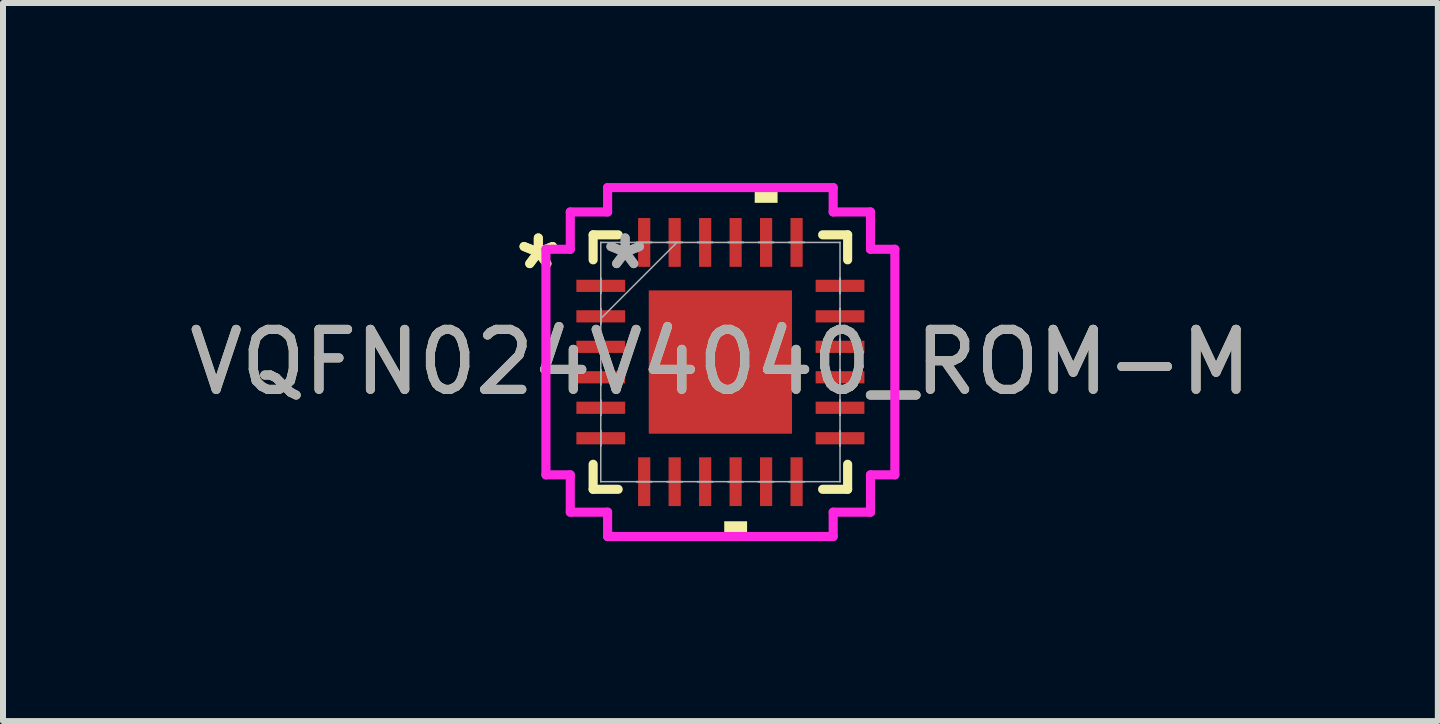
<source format=kicad_pcb>
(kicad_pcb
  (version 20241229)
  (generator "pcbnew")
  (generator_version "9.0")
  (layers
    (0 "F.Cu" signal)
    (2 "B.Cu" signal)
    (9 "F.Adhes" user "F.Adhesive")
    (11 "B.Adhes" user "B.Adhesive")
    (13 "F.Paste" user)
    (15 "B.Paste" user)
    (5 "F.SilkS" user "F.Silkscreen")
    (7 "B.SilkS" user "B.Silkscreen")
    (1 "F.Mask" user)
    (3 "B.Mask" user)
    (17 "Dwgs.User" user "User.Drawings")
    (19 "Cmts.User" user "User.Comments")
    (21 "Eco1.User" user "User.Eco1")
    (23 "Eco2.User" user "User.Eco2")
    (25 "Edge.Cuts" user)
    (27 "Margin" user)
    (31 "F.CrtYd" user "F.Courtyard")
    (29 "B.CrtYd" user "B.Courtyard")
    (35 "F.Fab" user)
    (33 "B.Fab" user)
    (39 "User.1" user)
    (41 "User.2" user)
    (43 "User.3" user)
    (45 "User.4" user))
  (footprint "VQFN024V4040_ROM-M"
    (layer "F.Cu")
    (at 8.958 2.985)
    (property "Reference" "VQFN024V4040_ROM-M" (at 0 0 0) (unlocked yes) (layer "F.SilkS") (effects (font (size 1 1) (thickness 0.15))))
    (attr smd)
    (fp_line (start -2.121 -2.121) (end -2.121 -1.704) (stroke (width 0.152) (type solid)) (layer "F.SilkS"))
    (fp_line (start -2.121 1.704) (end -2.121 2.121) (stroke (width 0.152) (type solid)) (layer "F.SilkS"))
    (fp_line (start -2.121 2.121) (end -1.704 2.121) (stroke (width 0.152) (type solid)) (layer "F.SilkS"))
    (fp_line (start -1.704 -2.121) (end -2.121 -2.121) (stroke (width 0.152) (type solid)) (layer "F.SilkS"))
    (fp_line (start 1.704 2.121) (end 2.121 2.121) (stroke (width 0.152) (type solid)) (layer "F.SilkS"))
    (fp_line (start 2.121 -2.121) (end 1.704 -2.121) (stroke (width 0.152) (type solid)) (layer "F.SilkS"))
    (fp_line (start 2.121 -1.704) (end 2.121 -2.121) (stroke (width 0.152) (type solid)) (layer "F.SilkS"))
    (fp_line (start 2.121 2.121) (end 2.121 1.704) (stroke (width 0.152) (type solid)) (layer "F.SilkS"))
    (fp_poly (pts (xy 0.064 2.654) (xy 0.064 2.908) (xy 0.445 2.908) (xy 0.445 2.654)) (stroke (width 0) (type solid)) (fill yes) (layer "F.SilkS"))
    (fp_poly (pts (xy 0.572 -2.654) (xy 0.572 -2.908) (xy 0.953 -2.908) (xy 0.953 -2.654)) (stroke (width 0) (type solid)) (fill yes) (layer "F.SilkS"))
    (fp_line (start -2.908 -1.88) (end -2.502 -1.88) (stroke (width 0.152) (type solid)) (layer "F.CrtYd"))
    (fp_line (start -2.908 1.88) (end -2.908 -1.88) (stroke (width 0.152) (type solid)) (layer "F.CrtYd"))
    (fp_line (start -2.502 -2.502) (end -1.88 -2.502) (stroke (width 0.152) (type solid)) (layer "F.CrtYd"))
    (fp_line (start -2.502 -1.88) (end -2.502 -2.502) (stroke (width 0.152) (type solid)) (layer "F.CrtYd"))
    (fp_line (start -2.502 1.88) (end -2.908 1.88) (stroke (width 0.152) (type solid)) (layer "F.CrtYd"))
    (fp_line (start -2.502 2.502) (end -2.502 1.88) (stroke (width 0.152) (type solid)) (layer "F.CrtYd"))
    (fp_line (start -1.88 -2.908) (end 1.88 -2.908) (stroke (width 0.152) (type solid)) (layer "F.CrtYd"))
    (fp_line (start -1.88 -2.502) (end -1.88 -2.908) (stroke (width 0.152) (type solid)) (layer "F.CrtYd"))
    (fp_line (start -1.88 2.502) (end -2.502 2.502) (stroke (width 0.152) (type solid)) (layer "F.CrtYd"))
    (fp_line (start -1.88 2.908) (end -1.88 2.502) (stroke (width 0.152) (type solid)) (layer "F.CrtYd"))
    (fp_line (start 1.88 -2.908) (end 1.88 -2.502) (stroke (width 0.152) (type solid)) (layer "F.CrtYd"))
    (fp_line (start 1.88 -2.502) (end 2.502 -2.502) (stroke (width 0.152) (type solid)) (layer "F.CrtYd"))
    (fp_line (start 1.88 2.502) (end 1.88 2.908) (stroke (width 0.152) (type solid)) (layer "F.CrtYd"))
    (fp_line (start 1.88 2.908) (end -1.88 2.908) (stroke (width 0.152) (type solid)) (layer "F.CrtYd"))
    (fp_line (start 2.502 -2.502) (end 2.502 -1.88) (stroke (width 0.152) (type solid)) (layer "F.CrtYd"))
    (fp_line (start 2.502 -1.88) (end 2.908 -1.88) (stroke (width 0.152) (type solid)) (layer "F.CrtYd"))
    (fp_line (start 2.502 1.88) (end 2.502 2.502) (stroke (width 0.152) (type solid)) (layer "F.CrtYd"))
    (fp_line (start 2.502 2.502) (end 1.88 2.502) (stroke (width 0.152) (type solid)) (layer "F.CrtYd"))
    (fp_line (start 2.908 -1.88) (end 2.908 1.88) (stroke (width 0.152) (type solid)) (layer "F.CrtYd"))
    (fp_line (start 2.908 1.88) (end 2.502 1.88) (stroke (width 0.152) (type solid)) (layer "F.CrtYd"))
    (fp_line (start -1.994 -1.994) (end -1.994 -1.994) (stroke (width 0.025) (type solid)) (layer "F.Fab"))
    (fp_line (start -1.994 -1.994) (end -1.994 1.994) (stroke (width 0.025) (type solid)) (layer "F.Fab"))
    (fp_line (start -1.994 -1.397) (end -1.994 -1.397) (stroke (width 0.025) (type solid)) (layer "F.Fab"))
    (fp_line (start -1.994 -1.397) (end -1.994 -1.143) (stroke (width 0.025) (type solid)) (layer "F.Fab"))
    (fp_line (start -1.994 -1.143) (end -1.994 -1.397) (stroke (width 0.025) (type solid)) (layer "F.Fab"))
    (fp_line (start -1.994 -1.143) (end -1.994 -1.143) (stroke (width 0.025) (type solid)) (layer "F.Fab"))
    (fp_line (start -1.994 -0.889) (end -1.994 -0.889) (stroke (width 0.025) (type solid)) (layer "F.Fab"))
    (fp_line (start -1.994 -0.889) (end -1.994 -0.635) (stroke (width 0.025) (type solid)) (layer "F.Fab"))
    (fp_line (start -1.994 -0.724) (end -0.724 -1.994) (stroke (width 0.025) (type solid)) (layer "F.Fab"))
    (fp_line (start -1.994 -0.635) (end -1.994 -0.889) (stroke (width 0.025) (type solid)) (layer "F.Fab"))
    (fp_line (start -1.994 -0.635) (end -1.994 -0.635) (stroke (width 0.025) (type solid)) (layer "F.Fab"))
    (fp_line (start -1.994 -0.381) (end -1.994 -0.381) (stroke (width 0.025) (type solid)) (layer "F.Fab"))
    (fp_line (start -1.994 -0.381) (end -1.994 -0.127) (stroke (width 0.025) (type solid)) (layer "F.Fab"))
    (fp_line (start -1.994 -0.127) (end -1.994 -0.381) (stroke (width 0.025) (type solid)) (layer "F.Fab"))
    (fp_line (start -1.994 -0.127) (end -1.994 -0.127) (stroke (width 0.025) (type solid)) (layer "F.Fab"))
    (fp_line (start -1.994 0.127) (end -1.994 0.127) (stroke (width 0.025) (type solid)) (layer "F.Fab"))
    (fp_line (start -1.994 0.127) (end -1.994 0.381) (stroke (width 0.025) (type solid)) (layer "F.Fab"))
    (fp_line (start -1.994 0.381) (end -1.994 0.127) (stroke (width 0.025) (type solid)) (layer "F.Fab"))
    (fp_line (start -1.994 0.381) (end -1.994 0.381) (stroke (width 0.025) (type solid)) (layer "F.Fab"))
    (fp_line (start -1.994 0.635) (end -1.994 0.635) (stroke (width 0.025) (type solid)) (layer "F.Fab"))
    (fp_line (start -1.994 0.635) (end -1.994 0.889) (stroke (width 0.025) (type solid)) (layer "F.Fab"))
    (fp_line (start -1.994 0.889) (end -1.994 0.635) (stroke (width 0.025) (type solid)) (layer "F.Fab"))
    (fp_line (start -1.994 0.889) (end -1.994 0.889) (stroke (width 0.025) (type solid)) (layer "F.Fab"))
    (fp_line (start -1.994 1.143) (end -1.994 1.143) (stroke (width 0.025) (type solid)) (layer "F.Fab"))
    (fp_line (start -1.994 1.143) (end -1.994 1.397) (stroke (width 0.025) (type solid)) (layer "F.Fab"))
    (fp_line (start -1.994 1.397) (end -1.994 1.143) (stroke (width 0.025) (type solid)) (layer "F.Fab"))
    (fp_line (start -1.994 1.397) (end -1.994 1.397) (stroke (width 0.025) (type solid)) (layer "F.Fab"))
    (fp_line (start -1.994 1.994) (end -1.994 1.994) (stroke (width 0.025) (type solid)) (layer "F.Fab"))
    (fp_line (start -1.994 1.994) (end 1.994 1.994) (stroke (width 0.025) (type solid)) (layer "F.Fab"))
    (fp_line (start -1.397 -1.994) (end -1.397 -1.994) (stroke (width 0.025) (type solid)) (layer "F.Fab"))
    (fp_line (start -1.397 -1.994) (end -1.143 -1.994) (stroke (width 0.025) (type solid)) (layer "F.Fab"))
    (fp_line (start -1.397 1.994) (end -1.397 1.994) (stroke (width 0.025) (type solid)) (layer "F.Fab"))
    (fp_line (start -1.397 1.994) (end -1.143 1.994) (stroke (width 0.025) (type solid)) (layer "F.Fab"))
    (fp_line (start -1.143 -1.994) (end -1.397 -1.994) (stroke (width 0.025) (type solid)) (layer "F.Fab"))
    (fp_line (start -1.143 -1.994) (end -1.143 -1.994) (stroke (width 0.025) (type solid)) (layer "F.Fab"))
    (fp_line (start -1.143 1.994) (end -1.397 1.994) (stroke (width 0.025) (type solid)) (layer "F.Fab"))
    (fp_line (start -1.143 1.994) (end -1.143 1.994) (stroke (width 0.025) (type solid)) (layer "F.Fab"))
    (fp_line (start -0.889 -1.994) (end -0.889 -1.994) (stroke (width 0.025) (type solid)) (layer "F.Fab"))
    (fp_line (start -0.889 -1.994) (end -0.635 -1.994) (stroke (width 0.025) (type solid)) (layer "F.Fab"))
    (fp_line (start -0.889 1.994) (end -0.889 1.994) (stroke (width 0.025) (type solid)) (layer "F.Fab"))
    (fp_line (start -0.889 1.994) (end -0.635 1.994) (stroke (width 0.025) (type solid)) (layer "F.Fab"))
    (fp_line (start -0.635 -1.994) (end -0.889 -1.994) (stroke (width 0.025) (type solid)) (layer "F.Fab"))
    (fp_line (start -0.635 -1.994) (end -0.635 -1.994) (stroke (width 0.025) (type solid)) (layer "F.Fab"))
    (fp_line (start -0.635 1.994) (end -0.889 1.994) (stroke (width 0.025) (type solid)) (layer "F.Fab"))
    (fp_line (start -0.635 1.994) (end -0.635 1.994) (stroke (width 0.025) (type solid)) (layer "F.Fab"))
    (fp_line (start -0.381 -1.994) (end -0.381 -1.994) (stroke (width 0.025) (type solid)) (layer "F.Fab"))
    (fp_line (start -0.381 -1.994) (end -0.127 -1.994) (stroke (width 0.025) (type solid)) (layer "F.Fab"))
    (fp_line (start -0.381 1.994) (end -0.381 1.994) (stroke (width 0.025) (type solid)) (layer "F.Fab"))
    (fp_line (start -0.381 1.994) (end -0.127 1.994) (stroke (width 0.025) (type solid)) (layer "F.Fab"))
    (fp_line (start -0.127 -1.994) (end -0.381 -1.994) (stroke (width 0.025) (type solid)) (layer "F.Fab"))
    (fp_line (start -0.127 -1.994) (end -0.127 -1.994) (stroke (width 0.025) (type solid)) (layer "F.Fab"))
    (fp_line (start -0.127 1.994) (end -0.381 1.994) (stroke (width 0.025) (type solid)) (layer "F.Fab"))
    (fp_line (start -0.127 1.994) (end -0.127 1.994) (stroke (width 0.025) (type solid)) (layer "F.Fab"))
    (fp_line (start 0.127 -1.994) (end 0.127 -1.994) (stroke (width 0.025) (type solid)) (layer "F.Fab"))
    (fp_line (start 0.127 -1.994) (end 0.381 -1.994) (stroke (width 0.025) (type solid)) (layer "F.Fab"))
    (fp_line (start 0.127 1.994) (end 0.127 1.994) (stroke (width 0.025) (type solid)) (layer "F.Fab"))
    (fp_line (start 0.127 1.994) (end 0.381 1.994) (stroke (width 0.025) (type solid)) (layer "F.Fab"))
    (fp_line (start 0.381 -1.994) (end 0.127 -1.994) (stroke (width 0.025) (type solid)) (layer "F.Fab"))
    (fp_line (start 0.381 -1.994) (end 0.381 -1.994) (stroke (width 0.025) (type solid)) (layer "F.Fab"))
    (fp_line (start 0.381 1.994) (end 0.127 1.994) (stroke (width 0.025) (type solid)) (layer "F.Fab"))
    (fp_line (start 0.381 1.994) (end 0.381 1.994) (stroke (width 0.025) (type solid)) (layer "F.Fab"))
    (fp_line (start 0.635 -1.994) (end 0.635 -1.994) (stroke (width 0.025) (type solid)) (layer "F.Fab"))
    (fp_line (start 0.635 -1.994) (end 0.889 -1.994) (stroke (width 0.025) (type solid)) (layer "F.Fab"))
    (fp_line (start 0.635 1.994) (end 0.635 1.994) (stroke (width 0.025) (type solid)) (layer "F.Fab"))
    (fp_line (start 0.635 1.994) (end 0.889 1.994) (stroke (width 0.025) (type solid)) (layer "F.Fab"))
    (fp_line (start 0.889 -1.994) (end 0.635 -1.994) (stroke (width 0.025) (type solid)) (layer "F.Fab"))
    (fp_line (start 0.889 -1.994) (end 0.889 -1.994) (stroke (width 0.025) (type solid)) (layer "F.Fab"))
    (fp_line (start 0.889 1.994) (end 0.635 1.994) (stroke (width 0.025) (type solid)) (layer "F.Fab"))
    (fp_line (start 0.889 1.994) (end 0.889 1.994) (stroke (width 0.025) (type solid)) (layer "F.Fab"))
    (fp_line (start 1.143 -1.994) (end 1.143 -1.994) (stroke (width 0.025) (type solid)) (layer "F.Fab"))
    (fp_line (start 1.143 -1.994) (end 1.397 -1.994) (stroke (width 0.025) (type solid)) (layer "F.Fab"))
    (fp_line (start 1.143 1.994) (end 1.143 1.994) (stroke (width 0.025) (type solid)) (layer "F.Fab"))
    (fp_line (start 1.143 1.994) (end 1.397 1.994) (stroke (width 0.025) (type solid)) (layer "F.Fab"))
    (fp_line (start 1.397 -1.994) (end 1.143 -1.994) (stroke (width 0.025) (type solid)) (layer "F.Fab"))
    (fp_line (start 1.397 -1.994) (end 1.397 -1.994) (stroke (width 0.025) (type solid)) (layer "F.Fab"))
    (fp_line (start 1.397 1.994) (end 1.143 1.994) (stroke (width 0.025) (type solid)) (layer "F.Fab"))
    (fp_line (start 1.397 1.994) (end 1.397 1.994) (stroke (width 0.025) (type solid)) (layer "F.Fab"))
    (fp_line (start 1.994 -1.994) (end -1.994 -1.994) (stroke (width 0.025) (type solid)) (layer "F.Fab"))
    (fp_line (start 1.994 -1.994) (end 1.994 -1.994) (stroke (width 0.025) (type solid)) (layer "F.Fab"))
    (fp_line (start 1.994 -1.397) (end 1.994 -1.397) (stroke (width 0.025) (type solid)) (layer "F.Fab"))
    (fp_line (start 1.994 -1.397) (end 1.994 -1.143) (stroke (width 0.025) (type solid)) (layer "F.Fab"))
    (fp_line (start 1.994 -1.143) (end 1.994 -1.397) (stroke (width 0.025) (type solid)) (layer "F.Fab"))
    (fp_line (start 1.994 -1.143) (end 1.994 -1.143) (stroke (width 0.025) (type solid)) (layer "F.Fab"))
    (fp_line (start 1.994 -0.889) (end 1.994 -0.889) (stroke (width 0.025) (type solid)) (layer "F.Fab"))
    (fp_line (start 1.994 -0.889) (end 1.994 -0.635) (stroke (width 0.025) (type solid)) (layer "F.Fab"))
    (fp_line (start 1.994 -0.635) (end 1.994 -0.889) (stroke (width 0.025) (type solid)) (layer "F.Fab"))
    (fp_line (start 1.994 -0.635) (end 1.994 -0.635) (stroke (width 0.025) (type solid)) (layer "F.Fab"))
    (fp_line (start 1.994 -0.381) (end 1.994 -0.381) (stroke (width 0.025) (type solid)) (layer "F.Fab"))
    (fp_line (start 1.994 -0.381) (end 1.994 -0.127) (stroke (width 0.025) (type solid)) (layer "F.Fab"))
    (fp_line (start 1.994 -0.127) (end 1.994 -0.381) (stroke (width 0.025) (type solid)) (layer "F.Fab"))
    (fp_line (start 1.994 -0.127) (end 1.994 -0.127) (stroke (width 0.025) (type solid)) (layer "F.Fab"))
    (fp_line (start 1.994 0.127) (end 1.994 0.127) (stroke (width 0.025) (type solid)) (layer "F.Fab"))
    (fp_line (start 1.994 0.127) (end 1.994 0.381) (stroke (width 0.025) (type solid)) (layer "F.Fab"))
    (fp_line (start 1.994 0.381) (end 1.994 0.127) (stroke (width 0.025) (type solid)) (layer "F.Fab"))
    (fp_line (start 1.994 0.381) (end 1.994 0.381) (stroke (width 0.025) (type solid)) (layer "F.Fab"))
    (fp_line (start 1.994 0.635) (end 1.994 0.635) (stroke (width 0.025) (type solid)) (layer "F.Fab"))
    (fp_line (start 1.994 0.635) (end 1.994 0.889) (stroke (width 0.025) (type solid)) (layer "F.Fab"))
    (fp_line (start 1.994 0.889) (end 1.994 0.635) (stroke (width 0.025) (type solid)) (layer "F.Fab"))
    (fp_line (start 1.994 0.889) (end 1.994 0.889) (stroke (width 0.025) (type solid)) (layer "F.Fab"))
    (fp_line (start 1.994 1.143) (end 1.994 1.143) (stroke (width 0.025) (type solid)) (layer "F.Fab"))
    (fp_line (start 1.994 1.143) (end 1.994 1.397) (stroke (width 0.025) (type solid)) (layer "F.Fab"))
    (fp_line (start 1.994 1.397) (end 1.994 1.143) (stroke (width 0.025) (type solid)) (layer "F.Fab"))
    (fp_line (start 1.994 1.397) (end 1.994 1.397) (stroke (width 0.025) (type solid)) (layer "F.Fab"))
    (fp_line (start 1.994 1.994) (end 1.994 -1.994) (stroke (width 0.025) (type solid)) (layer "F.Fab"))
    (fp_line (start 1.994 1.994) (end 1.994 1.994) (stroke (width 0.025) (type solid)) (layer "F.Fab"))
    (fp_text user "*" (at -3.035 -1.524 0) (unlocked yes) (layer "F.SilkS") (effects (font (size 1 1) (thickness 0.15))))
    (fp_text user "*" (at -3.035 -1.524 0) (layer "F.SilkS") (effects (font (size 1 1) (thickness 0.15))))
    (fp_text user "*" (at -1.587 -1.524 0) (layer "F.Fab") (effects (font (size 1 1) (thickness 0.15))))
    (fp_text user "*" (at -1.587 -1.524 0) (unlocked yes) (layer "F.Fab") (effects (font (size 1 1) (thickness 0.15))))
    (fp_text user "${REFERENCE}" (at 0 0 0) (unlocked yes) (layer "F.Fab") (effects (font (size 1 1) (thickness 0.15))))
    (pad "1" smd rect (at -1.994 -1.27 90) (size 0.203 0.813) (layers "F.Cu" "F.Mask" "F.Paste"))
    (pad "2" smd rect (at -1.994 -0.762 90) (size 0.203 0.813) (layers "F.Cu" "F.Mask" "F.Paste"))
    (pad "3" smd rect (at -1.994 -0.254 90) (size 0.203 0.813) (layers "F.Cu" "F.Mask" "F.Paste"))
    (pad "4" smd rect (at -1.994 0.254 90) (size 0.203 0.813) (layers "F.Cu" "F.Mask" "F.Paste"))
    (pad "5" smd rect (at -1.994 0.762 90) (size 0.203 0.813) (layers "F.Cu" "F.Mask" "F.Paste"))
    (pad "6" smd rect (at -1.994 1.27 90) (size 0.203 0.813) (layers "F.Cu" "F.Mask" "F.Paste"))
    (pad "7" smd rect (at -1.27 1.994) (size 0.203 0.813) (layers "F.Cu" "F.Mask" "F.Paste"))
    (pad "8" smd rect (at -0.762 1.994) (size 0.203 0.813) (layers "F.Cu" "F.Mask" "F.Paste"))
    (pad "9" smd rect (at -0.254 1.994) (size 0.203 0.813) (layers "F.Cu" "F.Mask" "F.Paste"))
    (pad "10" smd rect (at 0.254 1.994) (size 0.203 0.813) (layers "F.Cu" "F.Mask" "F.Paste"))
    (pad "11" smd rect (at 0.762 1.994) (size 0.203 0.813) (layers "F.Cu" "F.Mask" "F.Paste"))
    (pad "12" smd rect (at 1.27 1.994) (size 0.203 0.813) (layers "F.Cu" "F.Mask" "F.Paste"))
    (pad "13" smd rect (at 1.994 1.27 90) (size 0.203 0.813) (layers "F.Cu" "F.Mask" "F.Paste"))
    (pad "14" smd rect (at 1.994 0.762 90) (size 0.203 0.813) (layers "F.Cu" "F.Mask" "F.Paste"))
    (pad "15" smd rect (at 1.994 0.254 90) (size 0.203 0.813) (layers "F.Cu" "F.Mask" "F.Paste"))
    (pad "16" smd rect (at 1.994 -0.254 90) (size 0.203 0.813) (layers "F.Cu" "F.Mask" "F.Paste"))
    (pad "17" smd rect (at 1.994 -0.762 90) (size 0.203 0.813) (layers "F.Cu" "F.Mask" "F.Paste"))
    (pad "18" smd rect (at 1.994 -1.27 90) (size 0.203 0.813) (layers "F.Cu" "F.Mask" "F.Paste"))
    (pad "19" smd rect (at 1.27 -1.994) (size 0.203 0.813) (layers "F.Cu" "F.Mask" "F.Paste"))
    (pad "20" smd rect (at 0.762 -1.994) (size 0.203 0.813) (layers "F.Cu" "F.Mask" "F.Paste"))
    (pad "21" smd rect (at 0.254 -1.994) (size 0.203 0.813) (layers "F.Cu" "F.Mask" "F.Paste"))
    (pad "22" smd rect (at -0.254 -1.994) (size 0.203 0.813) (layers "F.Cu" "F.Mask" "F.Paste"))
    (pad "23" smd rect (at -0.762 -1.994) (size 0.203 0.813) (layers "F.Cu" "F.Mask" "F.Paste"))
    (pad "24" smd rect (at -1.27 -1.994) (size 0.203 0.813) (layers "F.Cu" "F.Mask" "F.Paste"))
    (pad "25" smd rect (at 0 0) (size 2.388 2.388) (layers "F.Cu" "F.Mask" "F.Paste")))
  (gr_rect
    (start -3 -3)
    (end 20.917 8.969)
    (stroke (width 0.1) (type default))
    (fill no)
    (layer "Edge.Cuts")))
</source>
